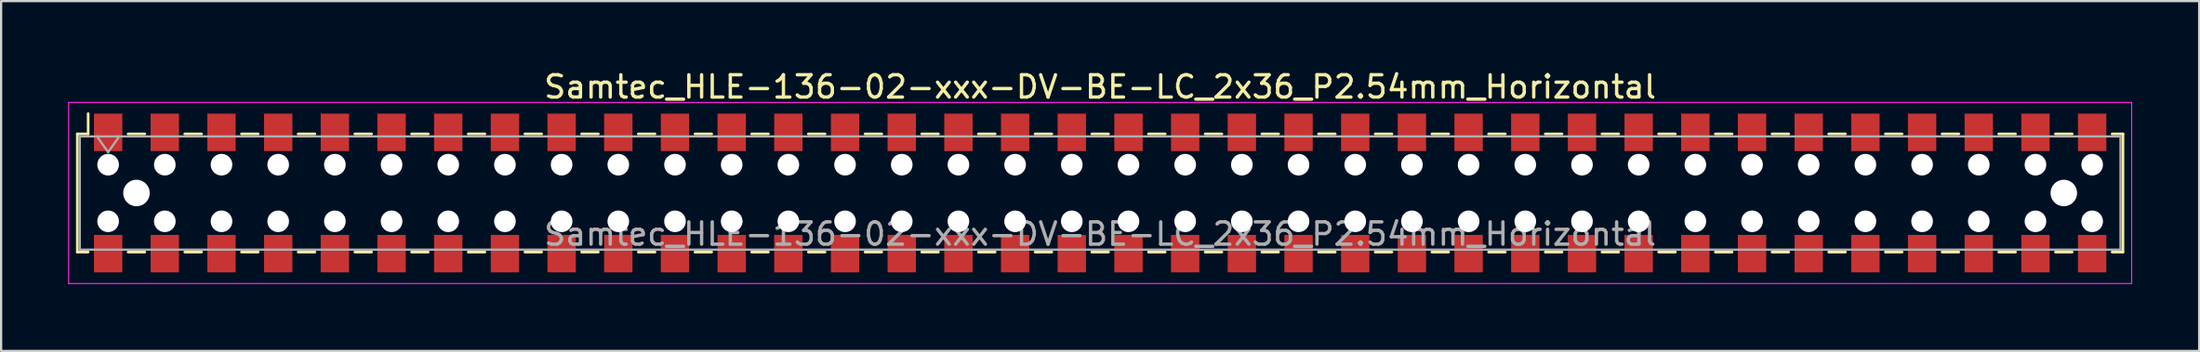
<source format=kicad_pcb>
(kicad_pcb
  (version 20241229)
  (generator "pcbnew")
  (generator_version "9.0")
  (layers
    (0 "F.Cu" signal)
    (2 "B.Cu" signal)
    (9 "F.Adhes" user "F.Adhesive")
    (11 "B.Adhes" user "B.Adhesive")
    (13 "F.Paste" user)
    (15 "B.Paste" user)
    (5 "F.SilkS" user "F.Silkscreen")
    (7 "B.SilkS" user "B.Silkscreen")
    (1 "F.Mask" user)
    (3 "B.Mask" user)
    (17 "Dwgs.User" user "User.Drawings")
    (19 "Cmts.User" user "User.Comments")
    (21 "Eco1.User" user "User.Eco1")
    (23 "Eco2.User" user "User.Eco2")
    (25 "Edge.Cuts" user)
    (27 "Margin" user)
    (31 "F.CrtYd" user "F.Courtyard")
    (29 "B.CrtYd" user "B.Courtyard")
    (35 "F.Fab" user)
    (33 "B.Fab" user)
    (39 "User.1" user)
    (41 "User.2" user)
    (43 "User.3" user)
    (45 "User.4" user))
  (footprint "Samtec_HLE-136-02-xxx-DV-BE-LC_2x36_P2.54mm_Horizontal"
    (layer "F.Cu")
    (at 46.245 5.608)
    (property "Reference" "Samtec_HLE-136-02-xxx-DV-BE-LC_2x36_P2.54mm_Horizontal" (at 0 -4.76 0) (layer "F.SilkS") (effects (font (size 1 1) (thickness 0.15))))
    (attr smd)
    (fp_line (start -45.83 -2.65) (end -45.83 2.65) (stroke (width 0.12) (type solid)) (layer "F.SilkS"))
    (fp_line (start -45.83 2.65) (end -45.345 2.65) (stroke (width 0.12) (type solid)) (layer "F.SilkS"))
    (fp_line (start -45.345 -3.56) (end -45.345 -2.65) (stroke (width 0.12) (type solid)) (layer "F.SilkS"))
    (fp_line (start -45.345 -2.65) (end -45.83 -2.65) (stroke (width 0.12) (type solid)) (layer "F.SilkS"))
    (fp_line (start -43.555 -2.65) (end -42.805 -2.65) (stroke (width 0.12) (type solid)) (layer "F.SilkS"))
    (fp_line (start -43.555 2.65) (end -42.805 2.65) (stroke (width 0.12) (type solid)) (layer "F.SilkS"))
    (fp_line (start -41.015 -2.65) (end -40.265 -2.65) (stroke (width 0.12) (type solid)) (layer "F.SilkS"))
    (fp_line (start -41.015 2.65) (end -40.265 2.65) (stroke (width 0.12) (type solid)) (layer "F.SilkS"))
    (fp_line (start -38.475 -2.65) (end -37.725 -2.65) (stroke (width 0.12) (type solid)) (layer "F.SilkS"))
    (fp_line (start -38.475 2.65) (end -37.725 2.65) (stroke (width 0.12) (type solid)) (layer "F.SilkS"))
    (fp_line (start -35.935 -2.65) (end -35.185 -2.65) (stroke (width 0.12) (type solid)) (layer "F.SilkS"))
    (fp_line (start -35.935 2.65) (end -35.185 2.65) (stroke (width 0.12) (type solid)) (layer "F.SilkS"))
    (fp_line (start -33.395 -2.65) (end -32.645 -2.65) (stroke (width 0.12) (type solid)) (layer "F.SilkS"))
    (fp_line (start -33.395 2.65) (end -32.645 2.65) (stroke (width 0.12) (type solid)) (layer "F.SilkS"))
    (fp_line (start -30.855 -2.65) (end -30.105 -2.65) (stroke (width 0.12) (type solid)) (layer "F.SilkS"))
    (fp_line (start -30.855 2.65) (end -30.105 2.65) (stroke (width 0.12) (type solid)) (layer "F.SilkS"))
    (fp_line (start -28.315 -2.65) (end -27.565 -2.65) (stroke (width 0.12) (type solid)) (layer "F.SilkS"))
    (fp_line (start -28.315 2.65) (end -27.565 2.65) (stroke (width 0.12) (type solid)) (layer "F.SilkS"))
    (fp_line (start -25.775 -2.65) (end -25.025 -2.65) (stroke (width 0.12) (type solid)) (layer "F.SilkS"))
    (fp_line (start -25.775 2.65) (end -25.025 2.65) (stroke (width 0.12) (type solid)) (layer "F.SilkS"))
    (fp_line (start -23.235 -2.65) (end -22.485 -2.65) (stroke (width 0.12) (type solid)) (layer "F.SilkS"))
    (fp_line (start -23.235 2.65) (end -22.485 2.65) (stroke (width 0.12) (type solid)) (layer "F.SilkS"))
    (fp_line (start -20.695 -2.65) (end -19.945 -2.65) (stroke (width 0.12) (type solid)) (layer "F.SilkS"))
    (fp_line (start -20.695 2.65) (end -19.945 2.65) (stroke (width 0.12) (type solid)) (layer "F.SilkS"))
    (fp_line (start -18.155 -2.65) (end -17.405 -2.65) (stroke (width 0.12) (type solid)) (layer "F.SilkS"))
    (fp_line (start -18.155 2.65) (end -17.405 2.65) (stroke (width 0.12) (type solid)) (layer "F.SilkS"))
    (fp_line (start -15.615 -2.65) (end -14.865 -2.65) (stroke (width 0.12) (type solid)) (layer "F.SilkS"))
    (fp_line (start -15.615 2.65) (end -14.865 2.65) (stroke (width 0.12) (type solid)) (layer "F.SilkS"))
    (fp_line (start -13.075 -2.65) (end -12.325 -2.65) (stroke (width 0.12) (type solid)) (layer "F.SilkS"))
    (fp_line (start -13.075 2.65) (end -12.325 2.65) (stroke (width 0.12) (type solid)) (layer "F.SilkS"))
    (fp_line (start -10.535 -2.65) (end -9.785 -2.65) (stroke (width 0.12) (type solid)) (layer "F.SilkS"))
    (fp_line (start -10.535 2.65) (end -9.785 2.65) (stroke (width 0.12) (type solid)) (layer "F.SilkS"))
    (fp_line (start -7.995 -2.65) (end -7.245 -2.65) (stroke (width 0.12) (type solid)) (layer "F.SilkS"))
    (fp_line (start -7.995 2.65) (end -7.245 2.65) (stroke (width 0.12) (type solid)) (layer "F.SilkS"))
    (fp_line (start -5.455 -2.65) (end -4.705 -2.65) (stroke (width 0.12) (type solid)) (layer "F.SilkS"))
    (fp_line (start -5.455 2.65) (end -4.705 2.65) (stroke (width 0.12) (type solid)) (layer "F.SilkS"))
    (fp_line (start -2.915 -2.65) (end -2.165 -2.65) (stroke (width 0.12) (type solid)) (layer "F.SilkS"))
    (fp_line (start -2.915 2.65) (end -2.165 2.65) (stroke (width 0.12) (type solid)) (layer "F.SilkS"))
    (fp_line (start -0.375 -2.65) (end 0.375 -2.65) (stroke (width 0.12) (type solid)) (layer "F.SilkS"))
    (fp_line (start -0.375 2.65) (end 0.375 2.65) (stroke (width 0.12) (type solid)) (layer "F.SilkS"))
    (fp_line (start 2.165 -2.65) (end 2.915 -2.65) (stroke (width 0.12) (type solid)) (layer "F.SilkS"))
    (fp_line (start 2.165 2.65) (end 2.915 2.65) (stroke (width 0.12) (type solid)) (layer "F.SilkS"))
    (fp_line (start 4.705 -2.65) (end 5.455 -2.65) (stroke (width 0.12) (type solid)) (layer "F.SilkS"))
    (fp_line (start 4.705 2.65) (end 5.455 2.65) (stroke (width 0.12) (type solid)) (layer "F.SilkS"))
    (fp_line (start 7.245 -2.65) (end 7.995 -2.65) (stroke (width 0.12) (type solid)) (layer "F.SilkS"))
    (fp_line (start 7.245 2.65) (end 7.995 2.65) (stroke (width 0.12) (type solid)) (layer "F.SilkS"))
    (fp_line (start 9.785 -2.65) (end 10.535 -2.65) (stroke (width 0.12) (type solid)) (layer "F.SilkS"))
    (fp_line (start 9.785 2.65) (end 10.535 2.65) (stroke (width 0.12) (type solid)) (layer "F.SilkS"))
    (fp_line (start 12.325 -2.65) (end 13.075 -2.65) (stroke (width 0.12) (type solid)) (layer "F.SilkS"))
    (fp_line (start 12.325 2.65) (end 13.075 2.65) (stroke (width 0.12) (type solid)) (layer "F.SilkS"))
    (fp_line (start 14.865 -2.65) (end 15.615 -2.65) (stroke (width 0.12) (type solid)) (layer "F.SilkS"))
    (fp_line (start 14.865 2.65) (end 15.615 2.65) (stroke (width 0.12) (type solid)) (layer "F.SilkS"))
    (fp_line (start 17.405 -2.65) (end 18.155 -2.65) (stroke (width 0.12) (type solid)) (layer "F.SilkS"))
    (fp_line (start 17.405 2.65) (end 18.155 2.65) (stroke (width 0.12) (type solid)) (layer "F.SilkS"))
    (fp_line (start 19.945 -2.65) (end 20.695 -2.65) (stroke (width 0.12) (type solid)) (layer "F.SilkS"))
    (fp_line (start 19.945 2.65) (end 20.695 2.65) (stroke (width 0.12) (type solid)) (layer "F.SilkS"))
    (fp_line (start 22.485 -2.65) (end 23.235 -2.65) (stroke (width 0.12) (type solid)) (layer "F.SilkS"))
    (fp_line (start 22.485 2.65) (end 23.235 2.65) (stroke (width 0.12) (type solid)) (layer "F.SilkS"))
    (fp_line (start 25.025 -2.65) (end 25.775 -2.65) (stroke (width 0.12) (type solid)) (layer "F.SilkS"))
    (fp_line (start 25.025 2.65) (end 25.775 2.65) (stroke (width 0.12) (type solid)) (layer "F.SilkS"))
    (fp_line (start 27.565 -2.65) (end 28.315 -2.65) (stroke (width 0.12) (type solid)) (layer "F.SilkS"))
    (fp_line (start 27.565 2.65) (end 28.315 2.65) (stroke (width 0.12) (type solid)) (layer "F.SilkS"))
    (fp_line (start 30.105 -2.65) (end 30.855 -2.65) (stroke (width 0.12) (type solid)) (layer "F.SilkS"))
    (fp_line (start 30.105 2.65) (end 30.855 2.65) (stroke (width 0.12) (type solid)) (layer "F.SilkS"))
    (fp_line (start 32.645 -2.65) (end 33.395 -2.65) (stroke (width 0.12) (type solid)) (layer "F.SilkS"))
    (fp_line (start 32.645 2.65) (end 33.395 2.65) (stroke (width 0.12) (type solid)) (layer "F.SilkS"))
    (fp_line (start 35.185 -2.65) (end 35.935 -2.65) (stroke (width 0.12) (type solid)) (layer "F.SilkS"))
    (fp_line (start 35.185 2.65) (end 35.935 2.65) (stroke (width 0.12) (type solid)) (layer "F.SilkS"))
    (fp_line (start 37.725 -2.65) (end 38.475 -2.65) (stroke (width 0.12) (type solid)) (layer "F.SilkS"))
    (fp_line (start 37.725 2.65) (end 38.475 2.65) (stroke (width 0.12) (type solid)) (layer "F.SilkS"))
    (fp_line (start 40.265 -2.65) (end 41.015 -2.65) (stroke (width 0.12) (type solid)) (layer "F.SilkS"))
    (fp_line (start 40.265 2.65) (end 41.015 2.65) (stroke (width 0.12) (type solid)) (layer "F.SilkS"))
    (fp_line (start 42.805 -2.65) (end 43.555 -2.65) (stroke (width 0.12) (type solid)) (layer "F.SilkS"))
    (fp_line (start 42.805 2.65) (end 43.555 2.65) (stroke (width 0.12) (type solid)) (layer "F.SilkS"))
    (fp_line (start 45.345 -2.65) (end 45.83 -2.65) (stroke (width 0.12) (type solid)) (layer "F.SilkS"))
    (fp_line (start 45.83 -2.65) (end 45.83 2.65) (stroke (width 0.12) (type solid)) (layer "F.SilkS"))
    (fp_line (start 45.83 2.65) (end 45.345 2.65) (stroke (width 0.12) (type solid)) (layer "F.SilkS"))
    (fp_line (start -46.22 -4.06) (end 46.22 -4.06) (stroke (width 0.05) (type solid)) (layer "F.CrtYd"))
    (fp_line (start -46.22 4.06) (end -46.22 -4.06) (stroke (width 0.05) (type solid)) (layer "F.CrtYd"))
    (fp_line (start 46.22 -4.06) (end 46.22 4.06) (stroke (width 0.05) (type solid)) (layer "F.CrtYd"))
    (fp_line (start 46.22 4.06) (end -46.22 4.06) (stroke (width 0.05) (type solid)) (layer "F.CrtYd"))
    (fp_line (start -45.72 -2.54) (end 45.72 -2.54) (stroke (width 0.1) (type solid)) (layer "F.Fab"))
    (fp_line (start -45.72 2.54) (end -45.72 -2.54) (stroke (width 0.1) (type solid)) (layer "F.Fab"))
    (fp_line (start -44.95 -2.54) (end -44.45 -1.833) (stroke (width 0.1) (type solid)) (layer "F.Fab"))
    (fp_line (start -44.45 -1.833) (end -43.95 -2.54) (stroke (width 0.1) (type solid)) (layer "F.Fab"))
    (fp_line (start 45.72 -2.54) (end 45.72 2.54) (stroke (width 0.1) (type solid)) (layer "F.Fab"))
    (fp_line (start 45.72 2.54) (end -45.72 2.54) (stroke (width 0.1) (type solid)) (layer "F.Fab"))
    (fp_text user "${REFERENCE}" (at 0 1.84 0) (layer "F.Fab") (effects (font (size 1 1) (thickness 0.15))))
    (pad "" np_thru_hole circle (at -44.45 -1.27) (size 0.97 0.97) (drill 0.97) (layers "*.Cu" "*.Mask"))
    (pad "" np_thru_hole circle (at -44.45 1.27) (size 0.97 0.97) (drill 0.97) (layers "*.Cu" "*.Mask"))
    (pad "" np_thru_hole circle (at -43.18 0) (size 1.19 1.19) (drill 1.19) (layers "*.Cu" "*.Mask"))
    (pad "" np_thru_hole circle (at -41.91 -1.27) (size 0.97 0.97) (drill 0.97) (layers "*.Cu" "*.Mask"))
    (pad "" np_thru_hole circle (at -41.91 1.27) (size 0.97 0.97) (drill 0.97) (layers "*.Cu" "*.Mask"))
    (pad "" np_thru_hole circle (at -39.37 -1.27) (size 0.97 0.97) (drill 0.97) (layers "*.Cu" "*.Mask"))
    (pad "" np_thru_hole circle (at -39.37 1.27) (size 0.97 0.97) (drill 0.97) (layers "*.Cu" "*.Mask"))
    (pad "" np_thru_hole circle (at -36.83 -1.27) (size 0.97 0.97) (drill 0.97) (layers "*.Cu" "*.Mask"))
    (pad "" np_thru_hole circle (at -36.83 1.27) (size 0.97 0.97) (drill 0.97) (layers "*.Cu" "*.Mask"))
    (pad "" np_thru_hole circle (at -34.29 -1.27) (size 0.97 0.97) (drill 0.97) (layers "*.Cu" "*.Mask"))
    (pad "" np_thru_hole circle (at -34.29 1.27) (size 0.97 0.97) (drill 0.97) (layers "*.Cu" "*.Mask"))
    (pad "" np_thru_hole circle (at -31.75 -1.27) (size 0.97 0.97) (drill 0.97) (layers "*.Cu" "*.Mask"))
    (pad "" np_thru_hole circle (at -31.75 1.27) (size 0.97 0.97) (drill 0.97) (layers "*.Cu" "*.Mask"))
    (pad "" np_thru_hole circle (at -29.21 -1.27) (size 0.97 0.97) (drill 0.97) (layers "*.Cu" "*.Mask"))
    (pad "" np_thru_hole circle (at -29.21 1.27) (size 0.97 0.97) (drill 0.97) (layers "*.Cu" "*.Mask"))
    (pad "" np_thru_hole circle (at -26.67 -1.27) (size 0.97 0.97) (drill 0.97) (layers "*.Cu" "*.Mask"))
    (pad "" np_thru_hole circle (at -26.67 1.27) (size 0.97 0.97) (drill 0.97) (layers "*.Cu" "*.Mask"))
    (pad "" np_thru_hole circle (at -24.13 -1.27) (size 0.97 0.97) (drill 0.97) (layers "*.Cu" "*.Mask"))
    (pad "" np_thru_hole circle (at -24.13 1.27) (size 0.97 0.97) (drill 0.97) (layers "*.Cu" "*.Mask"))
    (pad "" np_thru_hole circle (at -21.59 -1.27) (size 0.97 0.97) (drill 0.97) (layers "*.Cu" "*.Mask"))
    (pad "" np_thru_hole circle (at -21.59 1.27) (size 0.97 0.97) (drill 0.97) (layers "*.Cu" "*.Mask"))
    (pad "" np_thru_hole circle (at -19.05 -1.27) (size 0.97 0.97) (drill 0.97) (layers "*.Cu" "*.Mask"))
    (pad "" np_thru_hole circle (at -19.05 1.27) (size 0.97 0.97) (drill 0.97) (layers "*.Cu" "*.Mask"))
    (pad "" np_thru_hole circle (at -16.51 -1.27) (size 0.97 0.97) (drill 0.97) (layers "*.Cu" "*.Mask"))
    (pad "" np_thru_hole circle (at -16.51 1.27) (size 0.97 0.97) (drill 0.97) (layers "*.Cu" "*.Mask"))
    (pad "" np_thru_hole circle (at -13.97 -1.27) (size 0.97 0.97) (drill 0.97) (layers "*.Cu" "*.Mask"))
    (pad "" np_thru_hole circle (at -13.97 1.27) (size 0.97 0.97) (drill 0.97) (layers "*.Cu" "*.Mask"))
    (pad "" np_thru_hole circle (at -11.43 -1.27) (size 0.97 0.97) (drill 0.97) (layers "*.Cu" "*.Mask"))
    (pad "" np_thru_hole circle (at -11.43 1.27) (size 0.97 0.97) (drill 0.97) (layers "*.Cu" "*.Mask"))
    (pad "" np_thru_hole circle (at -8.89 -1.27) (size 0.97 0.97) (drill 0.97) (layers "*.Cu" "*.Mask"))
    (pad "" np_thru_hole circle (at -8.89 1.27) (size 0.97 0.97) (drill 0.97) (layers "*.Cu" "*.Mask"))
    (pad "" np_thru_hole circle (at -6.35 -1.27) (size 0.97 0.97) (drill 0.97) (layers "*.Cu" "*.Mask"))
    (pad "" np_thru_hole circle (at -6.35 1.27) (size 0.97 0.97) (drill 0.97) (layers "*.Cu" "*.Mask"))
    (pad "" np_thru_hole circle (at -3.81 -1.27) (size 0.97 0.97) (drill 0.97) (layers "*.Cu" "*.Mask"))
    (pad "" np_thru_hole circle (at -3.81 1.27) (size 0.97 0.97) (drill 0.97) (layers "*.Cu" "*.Mask"))
    (pad "" np_thru_hole circle (at -1.27 -1.27) (size 0.97 0.97) (drill 0.97) (layers "*.Cu" "*.Mask"))
    (pad "" np_thru_hole circle (at -1.27 1.27) (size 0.97 0.97) (drill 0.97) (layers "*.Cu" "*.Mask"))
    (pad "" np_thru_hole circle (at 1.27 -1.27) (size 0.97 0.97) (drill 0.97) (layers "*.Cu" "*.Mask"))
    (pad "" np_thru_hole circle (at 1.27 1.27) (size 0.97 0.97) (drill 0.97) (layers "*.Cu" "*.Mask"))
    (pad "" np_thru_hole circle (at 3.81 -1.27) (size 0.97 0.97) (drill 0.97) (layers "*.Cu" "*.Mask"))
    (pad "" np_thru_hole circle (at 3.81 1.27) (size 0.97 0.97) (drill 0.97) (layers "*.Cu" "*.Mask"))
    (pad "" np_thru_hole circle (at 6.35 -1.27) (size 0.97 0.97) (drill 0.97) (layers "*.Cu" "*.Mask"))
    (pad "" np_thru_hole circle (at 6.35 1.27) (size 0.97 0.97) (drill 0.97) (layers "*.Cu" "*.Mask"))
    (pad "" np_thru_hole circle (at 8.89 -1.27) (size 0.97 0.97) (drill 0.97) (layers "*.Cu" "*.Mask"))
    (pad "" np_thru_hole circle (at 8.89 1.27) (size 0.97 0.97) (drill 0.97) (layers "*.Cu" "*.Mask"))
    (pad "" np_thru_hole circle (at 11.43 -1.27) (size 0.97 0.97) (drill 0.97) (layers "*.Cu" "*.Mask"))
    (pad "" np_thru_hole circle (at 11.43 1.27) (size 0.97 0.97) (drill 0.97) (layers "*.Cu" "*.Mask"))
    (pad "" np_thru_hole circle (at 13.97 -1.27) (size 0.97 0.97) (drill 0.97) (layers "*.Cu" "*.Mask"))
    (pad "" np_thru_hole circle (at 13.97 1.27) (size 0.97 0.97) (drill 0.97) (layers "*.Cu" "*.Mask"))
    (pad "" np_thru_hole circle (at 16.51 -1.27) (size 0.97 0.97) (drill 0.97) (layers "*.Cu" "*.Mask"))
    (pad "" np_thru_hole circle (at 16.51 1.27) (size 0.97 0.97) (drill 0.97) (layers "*.Cu" "*.Mask"))
    (pad "" np_thru_hole circle (at 19.05 -1.27) (size 0.97 0.97) (drill 0.97) (layers "*.Cu" "*.Mask"))
    (pad "" np_thru_hole circle (at 19.05 1.27) (size 0.97 0.97) (drill 0.97) (layers "*.Cu" "*.Mask"))
    (pad "" np_thru_hole circle (at 21.59 -1.27) (size 0.97 0.97) (drill 0.97) (layers "*.Cu" "*.Mask"))
    (pad "" np_thru_hole circle (at 21.59 1.27) (size 0.97 0.97) (drill 0.97) (layers "*.Cu" "*.Mask"))
    (pad "" np_thru_hole circle (at 24.13 -1.27) (size 0.97 0.97) (drill 0.97) (layers "*.Cu" "*.Mask"))
    (pad "" np_thru_hole circle (at 24.13 1.27) (size 0.97 0.97) (drill 0.97) (layers "*.Cu" "*.Mask"))
    (pad "" np_thru_hole circle (at 26.67 -1.27) (size 0.97 0.97) (drill 0.97) (layers "*.Cu" "*.Mask"))
    (pad "" np_thru_hole circle (at 26.67 1.27) (size 0.97 0.97) (drill 0.97) (layers "*.Cu" "*.Mask"))
    (pad "" np_thru_hole circle (at 29.21 -1.27) (size 0.97 0.97) (drill 0.97) (layers "*.Cu" "*.Mask"))
    (pad "" np_thru_hole circle (at 29.21 1.27) (size 0.97 0.97) (drill 0.97) (layers "*.Cu" "*.Mask"))
    (pad "" np_thru_hole circle (at 31.75 -1.27) (size 0.97 0.97) (drill 0.97) (layers "*.Cu" "*.Mask"))
    (pad "" np_thru_hole circle (at 31.75 1.27) (size 0.97 0.97) (drill 0.97) (layers "*.Cu" "*.Mask"))
    (pad "" np_thru_hole circle (at 34.29 -1.27) (size 0.97 0.97) (drill 0.97) (layers "*.Cu" "*.Mask"))
    (pad "" np_thru_hole circle (at 34.29 1.27) (size 0.97 0.97) (drill 0.97) (layers "*.Cu" "*.Mask"))
    (pad "" np_thru_hole circle (at 36.83 -1.27) (size 0.97 0.97) (drill 0.97) (layers "*.Cu" "*.Mask"))
    (pad "" np_thru_hole circle (at 36.83 1.27) (size 0.97 0.97) (drill 0.97) (layers "*.Cu" "*.Mask"))
    (pad "" np_thru_hole circle (at 39.37 -1.27) (size 0.97 0.97) (drill 0.97) (layers "*.Cu" "*.Mask"))
    (pad "" np_thru_hole circle (at 39.37 1.27) (size 0.97 0.97) (drill 0.97) (layers "*.Cu" "*.Mask"))
    (pad "" np_thru_hole circle (at 41.91 -1.27) (size 0.97 0.97) (drill 0.97) (layers "*.Cu" "*.Mask"))
    (pad "" np_thru_hole circle (at 41.91 1.27) (size 0.97 0.97) (drill 0.97) (layers "*.Cu" "*.Mask"))
    (pad "" np_thru_hole circle (at 43.18 0) (size 1.19 1.19) (drill 1.19) (layers "*.Cu" "*.Mask"))
    (pad "" np_thru_hole circle (at 44.45 -1.27) (size 0.97 0.97) (drill 0.97) (layers "*.Cu" "*.Mask"))
    (pad "" np_thru_hole circle (at 44.45 1.27) (size 0.97 0.97) (drill 0.97) (layers "*.Cu" "*.Mask"))
    (pad "1" smd rect (at -44.45 -2.72) (size 1.27 1.68) (layers "F.Cu" "F.Mask" "F.Paste"))
    (pad "2" smd rect (at -44.45 2.72) (size 1.27 1.68) (layers "F.Cu" "F.Mask" "F.Paste"))
    (pad "3" smd rect (at -41.91 -2.72) (size 1.27 1.68) (layers "F.Cu" "F.Mask" "F.Paste"))
    (pad "4" smd rect (at -41.91 2.72) (size 1.27 1.68) (layers "F.Cu" "F.Mask" "F.Paste"))
    (pad "5" smd rect (at -39.37 -2.72) (size 1.27 1.68) (layers "F.Cu" "F.Mask" "F.Paste"))
    (pad "6" smd rect (at -39.37 2.72) (size 1.27 1.68) (layers "F.Cu" "F.Mask" "F.Paste"))
    (pad "7" smd rect (at -36.83 -2.72) (size 1.27 1.68) (layers "F.Cu" "F.Mask" "F.Paste"))
    (pad "8" smd rect (at -36.83 2.72) (size 1.27 1.68) (layers "F.Cu" "F.Mask" "F.Paste"))
    (pad "9" smd rect (at -34.29 -2.72) (size 1.27 1.68) (layers "F.Cu" "F.Mask" "F.Paste"))
    (pad "10" smd rect (at -34.29 2.72) (size 1.27 1.68) (layers "F.Cu" "F.Mask" "F.Paste"))
    (pad "11" smd rect (at -31.75 -2.72) (size 1.27 1.68) (layers "F.Cu" "F.Mask" "F.Paste"))
    (pad "12" smd rect (at -31.75 2.72) (size 1.27 1.68) (layers "F.Cu" "F.Mask" "F.Paste"))
    (pad "13" smd rect (at -29.21 -2.72) (size 1.27 1.68) (layers "F.Cu" "F.Mask" "F.Paste"))
    (pad "14" smd rect (at -29.21 2.72) (size 1.27 1.68) (layers "F.Cu" "F.Mask" "F.Paste"))
    (pad "15" smd rect (at -26.67 -2.72) (size 1.27 1.68) (layers "F.Cu" "F.Mask" "F.Paste"))
    (pad "16" smd rect (at -26.67 2.72) (size 1.27 1.68) (layers "F.Cu" "F.Mask" "F.Paste"))
    (pad "17" smd rect (at -24.13 -2.72) (size 1.27 1.68) (layers "F.Cu" "F.Mask" "F.Paste"))
    (pad "18" smd rect (at -24.13 2.72) (size 1.27 1.68) (layers "F.Cu" "F.Mask" "F.Paste"))
    (pad "19" smd rect (at -21.59 -2.72) (size 1.27 1.68) (layers "F.Cu" "F.Mask" "F.Paste"))
    (pad "20" smd rect (at -21.59 2.72) (size 1.27 1.68) (layers "F.Cu" "F.Mask" "F.Paste"))
    (pad "21" smd rect (at -19.05 -2.72) (size 1.27 1.68) (layers "F.Cu" "F.Mask" "F.Paste"))
    (pad "22" smd rect (at -19.05 2.72) (size 1.27 1.68) (layers "F.Cu" "F.Mask" "F.Paste"))
    (pad "23" smd rect (at -16.51 -2.72) (size 1.27 1.68) (layers "F.Cu" "F.Mask" "F.Paste"))
    (pad "24" smd rect (at -16.51 2.72) (size 1.27 1.68) (layers "F.Cu" "F.Mask" "F.Paste"))
    (pad "25" smd rect (at -13.97 -2.72) (size 1.27 1.68) (layers "F.Cu" "F.Mask" "F.Paste"))
    (pad "26" smd rect (at -13.97 2.72) (size 1.27 1.68) (layers "F.Cu" "F.Mask" "F.Paste"))
    (pad "27" smd rect (at -11.43 -2.72) (size 1.27 1.68) (layers "F.Cu" "F.Mask" "F.Paste"))
    (pad "28" smd rect (at -11.43 2.72) (size 1.27 1.68) (layers "F.Cu" "F.Mask" "F.Paste"))
    (pad "29" smd rect (at -8.89 -2.72) (size 1.27 1.68) (layers "F.Cu" "F.Mask" "F.Paste"))
    (pad "30" smd rect (at -8.89 2.72) (size 1.27 1.68) (layers "F.Cu" "F.Mask" "F.Paste"))
    (pad "31" smd rect (at -6.35 -2.72) (size 1.27 1.68) (layers "F.Cu" "F.Mask" "F.Paste"))
    (pad "32" smd rect (at -6.35 2.72) (size 1.27 1.68) (layers "F.Cu" "F.Mask" "F.Paste"))
    (pad "33" smd rect (at -3.81 -2.72) (size 1.27 1.68) (layers "F.Cu" "F.Mask" "F.Paste"))
    (pad "34" smd rect (at -3.81 2.72) (size 1.27 1.68) (layers "F.Cu" "F.Mask" "F.Paste"))
    (pad "35" smd rect (at -1.27 -2.72) (size 1.27 1.68) (layers "F.Cu" "F.Mask" "F.Paste"))
    (pad "36" smd rect (at -1.27 2.72) (size 1.27 1.68) (layers "F.Cu" "F.Mask" "F.Paste"))
    (pad "37" smd rect (at 1.27 -2.72) (size 1.27 1.68) (layers "F.Cu" "F.Mask" "F.Paste"))
    (pad "38" smd rect (at 1.27 2.72) (size 1.27 1.68) (layers "F.Cu" "F.Mask" "F.Paste"))
    (pad "39" smd rect (at 3.81 -2.72) (size 1.27 1.68) (layers "F.Cu" "F.Mask" "F.Paste"))
    (pad "40" smd rect (at 3.81 2.72) (size 1.27 1.68) (layers "F.Cu" "F.Mask" "F.Paste"))
    (pad "41" smd rect (at 6.35 -2.72) (size 1.27 1.68) (layers "F.Cu" "F.Mask" "F.Paste"))
    (pad "42" smd rect (at 6.35 2.72) (size 1.27 1.68) (layers "F.Cu" "F.Mask" "F.Paste"))
    (pad "43" smd rect (at 8.89 -2.72) (size 1.27 1.68) (layers "F.Cu" "F.Mask" "F.Paste"))
    (pad "44" smd rect (at 8.89 2.72) (size 1.27 1.68) (layers "F.Cu" "F.Mask" "F.Paste"))
    (pad "45" smd rect (at 11.43 -2.72) (size 1.27 1.68) (layers "F.Cu" "F.Mask" "F.Paste"))
    (pad "46" smd rect (at 11.43 2.72) (size 1.27 1.68) (layers "F.Cu" "F.Mask" "F.Paste"))
    (pad "47" smd rect (at 13.97 -2.72) (size 1.27 1.68) (layers "F.Cu" "F.Mask" "F.Paste"))
    (pad "48" smd rect (at 13.97 2.72) (size 1.27 1.68) (layers "F.Cu" "F.Mask" "F.Paste"))
    (pad "49" smd rect (at 16.51 -2.72) (size 1.27 1.68) (layers "F.Cu" "F.Mask" "F.Paste"))
    (pad "50" smd rect (at 16.51 2.72) (size 1.27 1.68) (layers "F.Cu" "F.Mask" "F.Paste"))
    (pad "51" smd rect (at 19.05 -2.72) (size 1.27 1.68) (layers "F.Cu" "F.Mask" "F.Paste"))
    (pad "52" smd rect (at 19.05 2.72) (size 1.27 1.68) (layers "F.Cu" "F.Mask" "F.Paste"))
    (pad "53" smd rect (at 21.59 -2.72) (size 1.27 1.68) (layers "F.Cu" "F.Mask" "F.Paste"))
    (pad "54" smd rect (at 21.59 2.72) (size 1.27 1.68) (layers "F.Cu" "F.Mask" "F.Paste"))
    (pad "55" smd rect (at 24.13 -2.72) (size 1.27 1.68) (layers "F.Cu" "F.Mask" "F.Paste"))
    (pad "56" smd rect (at 24.13 2.72) (size 1.27 1.68) (layers "F.Cu" "F.Mask" "F.Paste"))
    (pad "57" smd rect (at 26.67 -2.72) (size 1.27 1.68) (layers "F.Cu" "F.Mask" "F.Paste"))
    (pad "58" smd rect (at 26.67 2.72) (size 1.27 1.68) (layers "F.Cu" "F.Mask" "F.Paste"))
    (pad "59" smd rect (at 29.21 -2.72) (size 1.27 1.68) (layers "F.Cu" "F.Mask" "F.Paste"))
    (pad "60" smd rect (at 29.21 2.72) (size 1.27 1.68) (layers "F.Cu" "F.Mask" "F.Paste"))
    (pad "61" smd rect (at 31.75 -2.72) (size 1.27 1.68) (layers "F.Cu" "F.Mask" "F.Paste"))
    (pad "62" smd rect (at 31.75 2.72) (size 1.27 1.68) (layers "F.Cu" "F.Mask" "F.Paste"))
    (pad "63" smd rect (at 34.29 -2.72) (size 1.27 1.68) (layers "F.Cu" "F.Mask" "F.Paste"))
    (pad "64" smd rect (at 34.29 2.72) (size 1.27 1.68) (layers "F.Cu" "F.Mask" "F.Paste"))
    (pad "65" smd rect (at 36.83 -2.72) (size 1.27 1.68) (layers "F.Cu" "F.Mask" "F.Paste"))
    (pad "66" smd rect (at 36.83 2.72) (size 1.27 1.68) (layers "F.Cu" "F.Mask" "F.Paste"))
    (pad "67" smd rect (at 39.37 -2.72) (size 1.27 1.68) (layers "F.Cu" "F.Mask" "F.Paste"))
    (pad "68" smd rect (at 39.37 2.72) (size 1.27 1.68) (layers "F.Cu" "F.Mask" "F.Paste"))
    (pad "69" smd rect (at 41.91 -2.72) (size 1.27 1.68) (layers "F.Cu" "F.Mask" "F.Paste"))
    (pad "70" smd rect (at 41.91 2.72) (size 1.27 1.68) (layers "F.Cu" "F.Mask" "F.Paste"))
    (pad "71" smd rect (at 44.45 -2.72) (size 1.27 1.68) (layers "F.Cu" "F.Mask" "F.Paste"))
    (pad "72" smd rect (at 44.45 2.72) (size 1.27 1.68) (layers "F.Cu" "F.Mask" "F.Paste")))
  (gr_rect
    (start -3 -3)
    (end 95.49 12.693)
    (stroke (width 0.1) (type default))
    (fill no)
    (layer "Edge.Cuts")))
</source>
